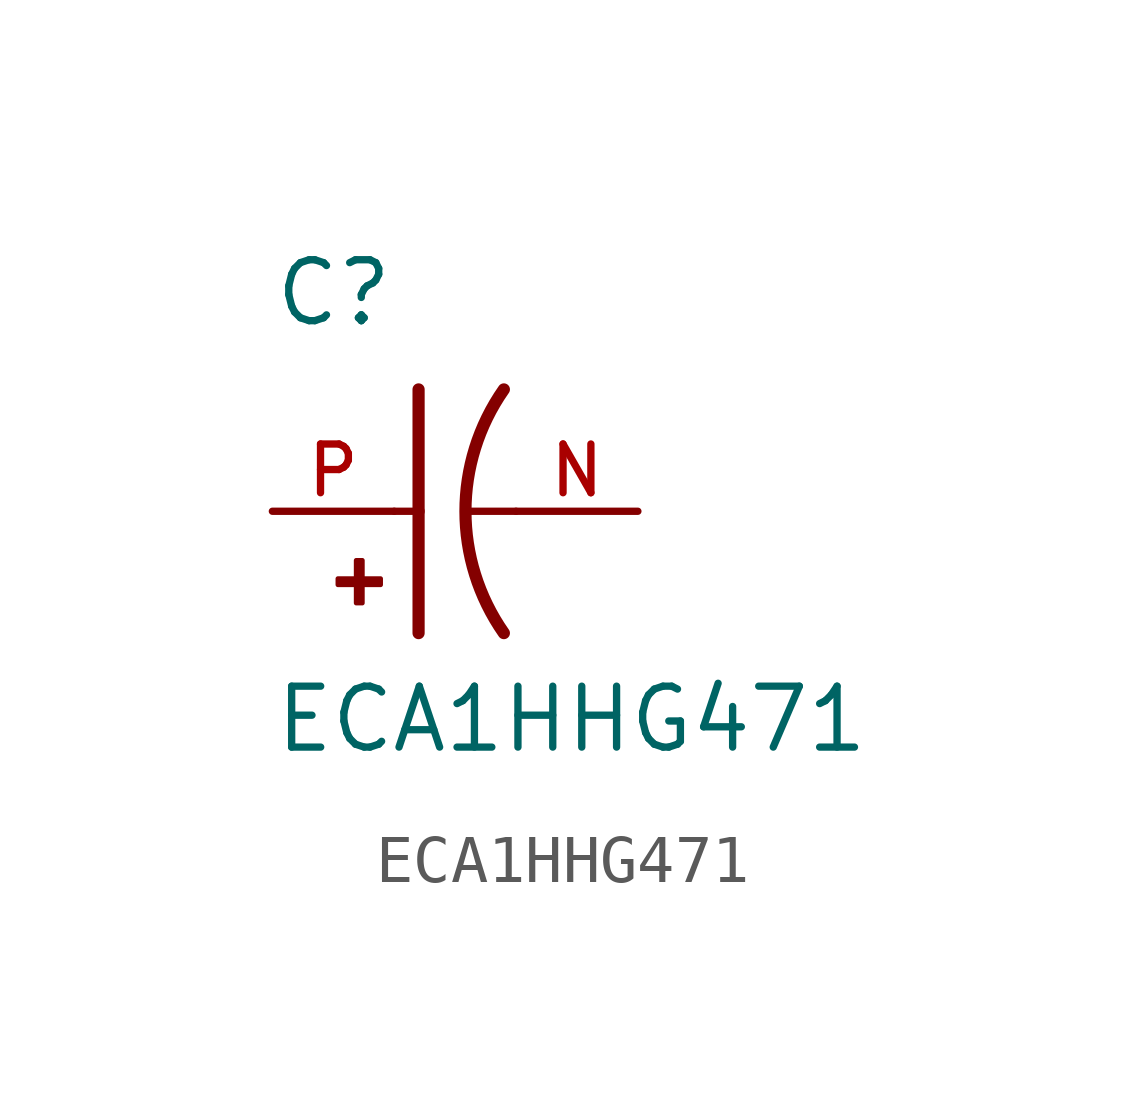
<source format=kicad_sym>
(kicad_symbol_lib
  (version 20211014)
  (generator kicad_symbol_editor)
  (symbol "ECA1HHG471"
    (pin_names
      (offset 1.016))
    (property "Reference" "C"
      (at -2.54 3.81 0)
      (effects (font (size 1.27 1.27)) (justify bottom left)))
    (property "Value" "ECA1HHG471"
      (at -2.54 -5.08 0)
      (effects (font (size 1.27 1.27)) (justify bottom left)))
    (symbol "ECA1HHG471_0_0"
      (arc (start 2.286 -2.54) (mid 1.4851 -0.0) (end 2.286 2.54) (stroke (width 0.254) (type default) (color 0 0 0 0)) (fill (type none)))
      (polyline (pts (xy 0.508 2.54) (xy 0.508 0.0)) (stroke (width 0.254)))
      (rectangle (start -1.173 -1.532) (end -0.284 -1.405) (stroke (width 0.1)) (fill (type outline)))
      (rectangle (start -0.792 -1.913) (end -0.665 -1.024) (stroke (width 0.1)) (fill (type outline)))
      (polyline (pts (xy 0.508 0.0) (xy 0.508 -2.54)) (stroke (width 0.254)))
      (polyline (pts (xy 0.0 0.0) (xy 0.508 0.0)) (stroke (width 0.152)))
      (polyline (pts (xy 2.54 0.0) (xy 1.524 0.0)) (stroke (width 0.152)))
      (pin passive line (at -2.54 0.0 0) (length 2.54) (name "~" (effects (font (size 1.016 1.016)))) (number "P" (effects (font (size 1.016 1.016)))))
      (pin passive line (at 5.08 0.0 180.0) (length 2.54) (name "~" (effects (font (size 1.016 1.016)))) (number "N" (effects (font (size 1.016 1.016))))))))
</source>
